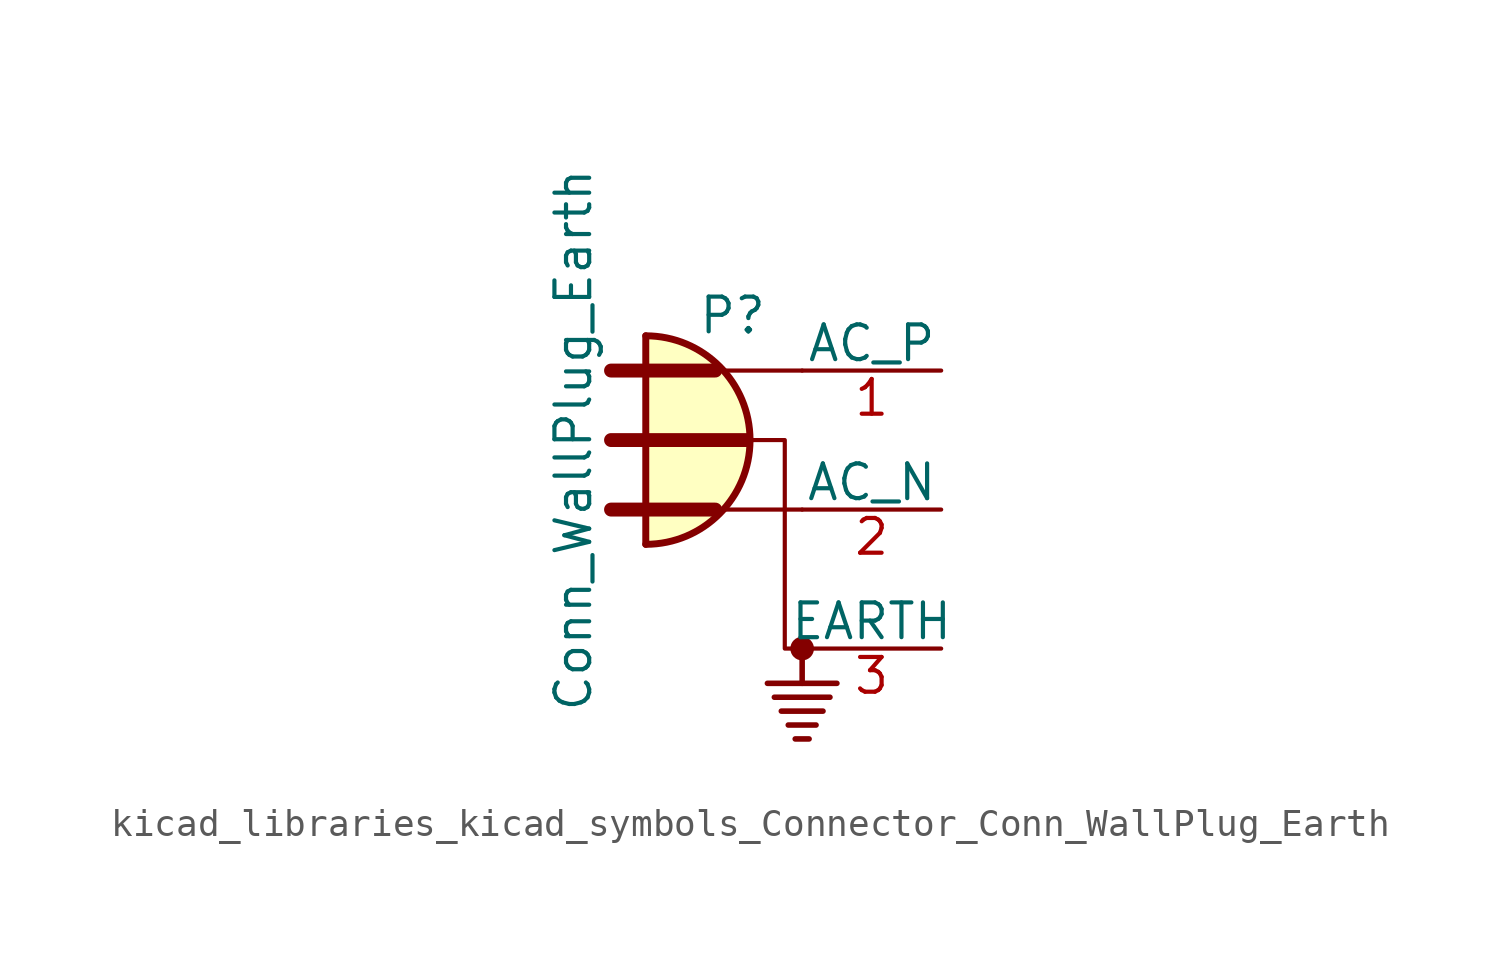
<source format=kicad_sym>
(kicad_symbol_lib
  (version 20220914)
  (generator kicad_symbol_editor)
  (symbol "kicad_libraries_kicad_symbols_Connector_Conn_WallPlug_Earth"
    (pin_names
      (offset 0))
    (property "Reference" "P"
      (at 0 3.81 0)
      (effects (font (size 1.27 1.27)) (justify bottom)))
    (property "Value" "Conn_WallPlug_Earth"
      (at -5.08 0 90)
      (effects (font (size 1.27 1.27)) (justify bottom)))
    (symbol "kicad_libraries_kicad_symbols_Connector_Conn_WallPlug_Earth_0_1"
      (arc (start -3.175 -3.81) (mid 0.6184 0) (end -3.175 3.81) (stroke (width 0.254) (type default)) (fill (type background)))
      (polyline (pts (xy -4.445 -2.54) (xy -0.635 -2.54)) (stroke (width 0.508) (type default)) (fill (type none)))
      (polyline (pts (xy -4.445 0) (xy 0.508 0)) (stroke (width 0.508) (type default)) (fill (type none)))
      (polyline (pts (xy -4.445 2.54) (xy -0.635 2.54)) (stroke (width 0.508) (type default)) (fill (type none)))
      (polyline (pts (xy -3.175 -3.81) (xy -3.175 3.81)) (stroke (width 0.254) (type default)) (fill (type none)))
      (polyline (pts (xy -0.635 -2.54) (xy 2.54 -2.54)) (stroke (width 0) (type default)) (fill (type none)))
      (polyline (pts (xy -0.635 2.54) (xy 2.54 2.54)) (stroke (width 0) (type default)) (fill (type none)))
      (polyline (pts (xy 1.524 -9.398) (xy 3.556 -9.398)) (stroke (width 0.203) (type default)) (fill (type none)))
      (polyline (pts (xy 1.778 -9.906) (xy 3.302 -9.906)) (stroke (width 0.203) (type default)) (fill (type none)))
      (polyline (pts (xy 2.032 -10.414) (xy 3.048 -10.414)) (stroke (width 0.203) (type default)) (fill (type none)))
      (polyline (pts (xy 2.286 -10.922) (xy 2.794 -10.922)) (stroke (width 0.203) (type default)) (fill (type none)))
      (polyline (pts (xy 2.54 -7.62) (xy 2.54 -8.89)) (stroke (width 0.203) (type default)) (fill (type none)))
      (polyline (pts (xy 3.81 -8.89) (xy 1.27 -8.89)) (stroke (width 0.203) (type default)) (fill (type none)))
      (polyline (pts (xy 2.54 -7.62) (xy 1.905 -7.62) (xy 1.905 0) (xy -4.445 0)) (stroke (width 0) (type default)) (fill (type none)))
      (circle (center 2.54 -7.62) (radius 0.356) (stroke (width 0) (type default)) (fill (type outline))))
    (symbol "kicad_libraries_kicad_symbols_Connector_Conn_WallPlug_Earth_1_1"
      (pin power_out line (at 7.62 2.54 180) (length 5.08) (name "AC_P" (effects (font (size 1.27 1.27)))) (number "1" (effects (font (size 1.27 1.27)))))
      (pin power_out line (at 7.62 -2.54 180) (length 5.08) (name "AC_N" (effects (font (size 1.27 1.27)))) (number "2" (effects (font (size 1.27 1.27)))))
      (pin passive line (at 7.62 -7.62 180) (length 5.08) (name "EARTH" (effects (font (size 1.27 1.27)))) (number "3" (effects (font (size 1.27 1.27))))))))
</source>
